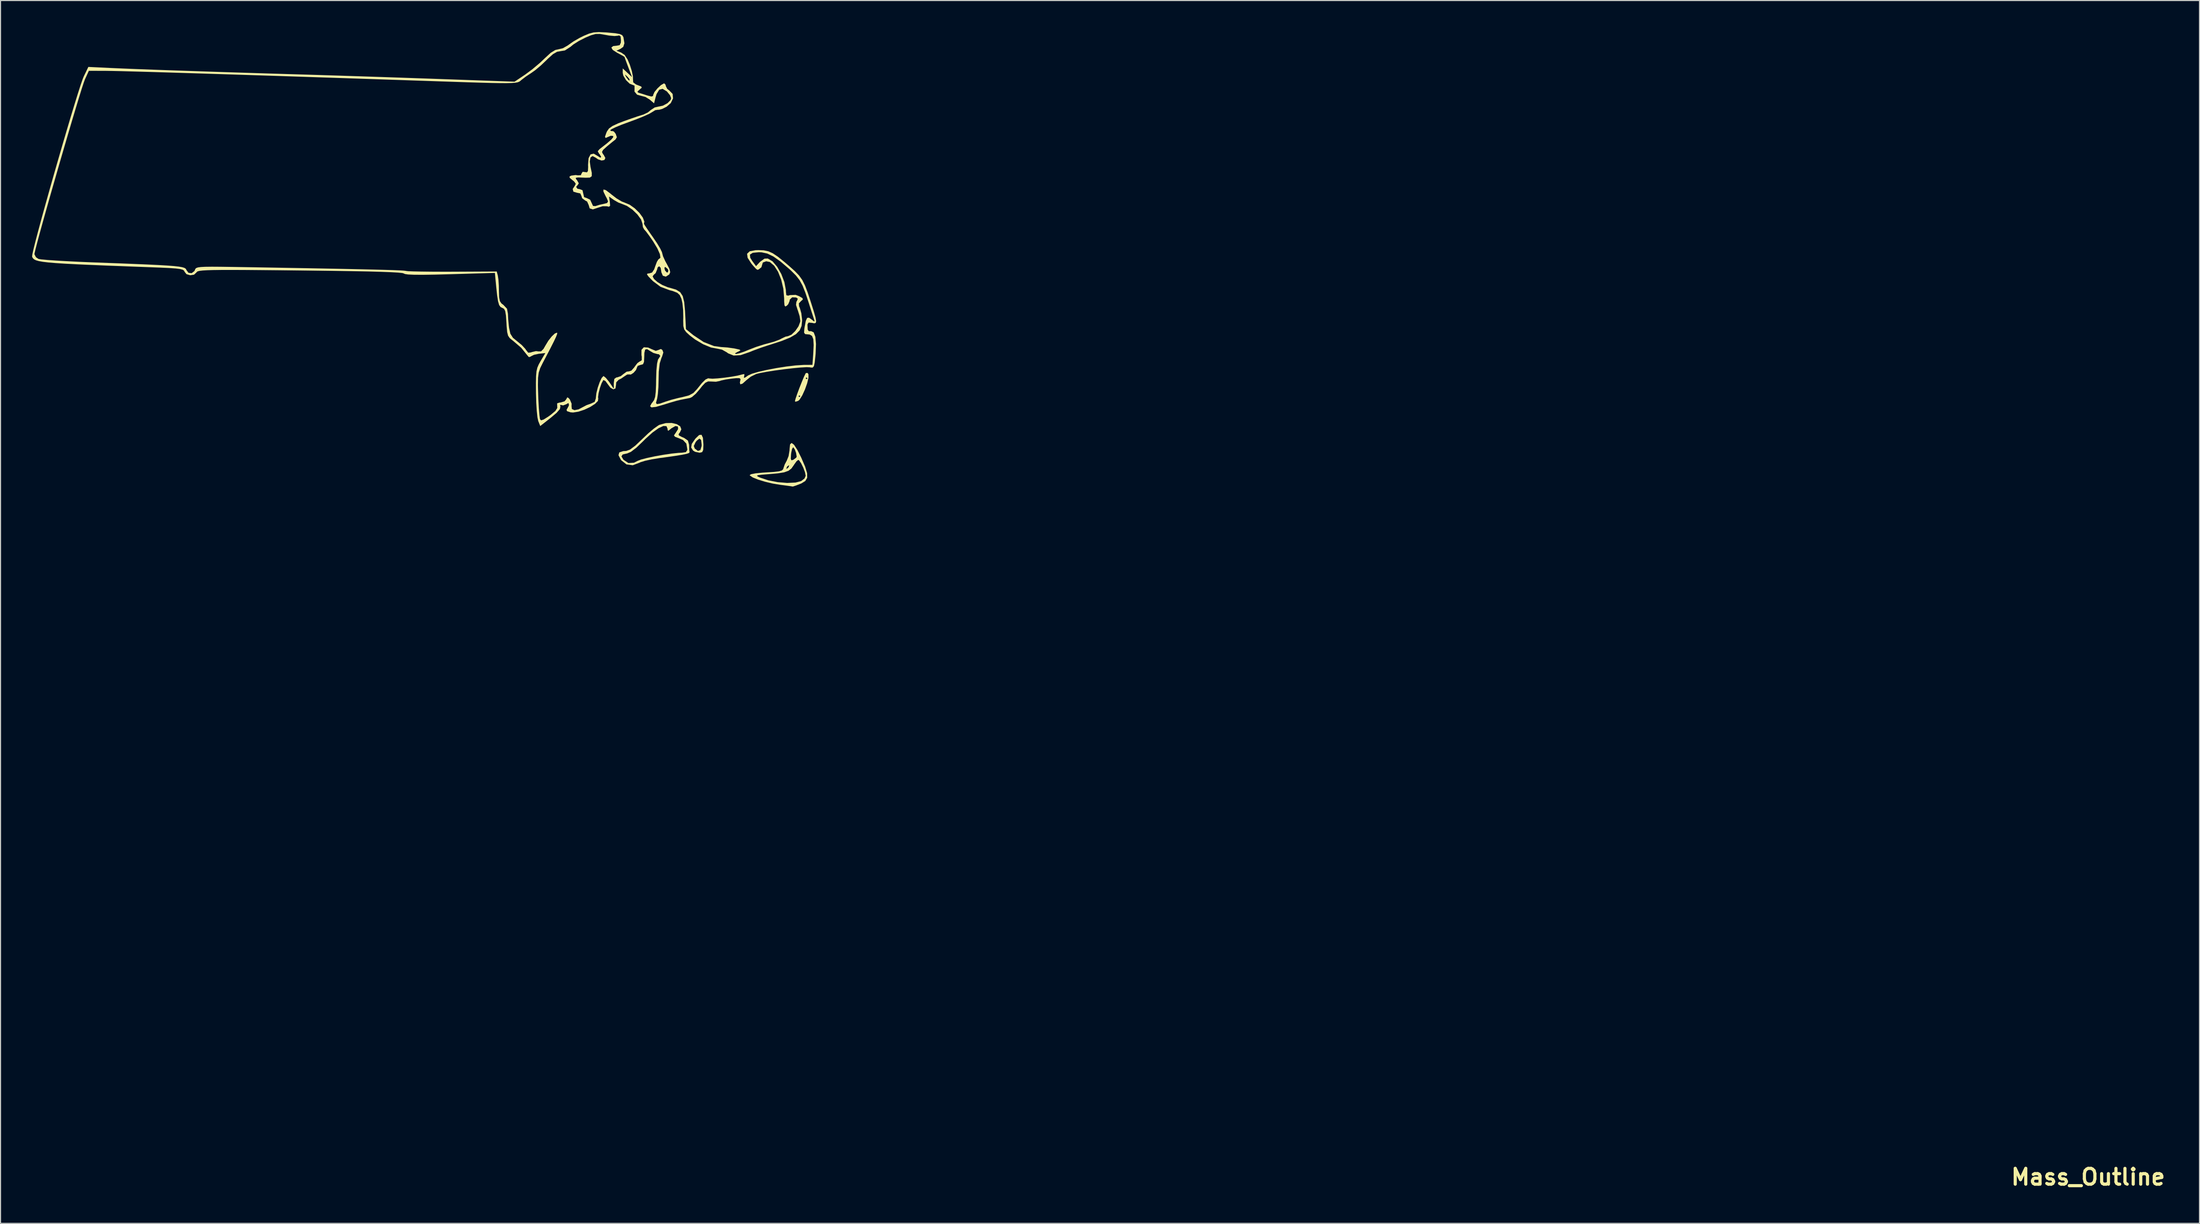
<source format=kicad_pcb>
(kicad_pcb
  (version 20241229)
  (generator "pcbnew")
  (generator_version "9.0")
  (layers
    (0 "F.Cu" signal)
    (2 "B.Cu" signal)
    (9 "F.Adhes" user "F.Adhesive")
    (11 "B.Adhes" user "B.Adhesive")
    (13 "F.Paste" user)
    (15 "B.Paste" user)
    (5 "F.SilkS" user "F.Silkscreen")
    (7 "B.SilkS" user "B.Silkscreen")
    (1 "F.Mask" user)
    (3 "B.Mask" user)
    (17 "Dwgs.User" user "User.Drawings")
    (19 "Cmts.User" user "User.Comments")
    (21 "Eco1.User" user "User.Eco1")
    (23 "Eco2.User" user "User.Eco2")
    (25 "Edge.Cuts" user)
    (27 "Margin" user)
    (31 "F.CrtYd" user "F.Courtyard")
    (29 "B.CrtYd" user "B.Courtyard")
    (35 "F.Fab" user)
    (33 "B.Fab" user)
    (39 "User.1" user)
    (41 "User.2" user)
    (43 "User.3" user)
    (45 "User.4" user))
  (footprint "Mass_Outline"
    (layer "F.Cu")
    (at 195.41 108.864)
    (property "Reference" "Mass_Outline" (at 0 0 0) (layer "F.SilkS") (effects (font (size 1.5 1.5) (thickness 0.3))))
    (attr board_only exclude_from_pos_files exclude_from_bom)
    (fp_poly (pts (xy -131.653 -70.284) (xy -131.606 -69.672) (xy -131.605 -69.594) (xy -131.625 -69.136) (xy -131.723 -68.926) (xy -131.947 -68.87) (xy -131.995 -68.87) (xy -132.396 -68.954) (xy -132.591 -69.074) (xy -132.772 -69.367) (xy -132.747 -69.51) (xy -132.517 -69.51) (xy -132.429 -69.265) (xy -132.125 -69.037) (xy -131.893 -69.124) (xy -131.778 -69.501) (xy -131.773 -69.637) (xy -131.827 -70.086) (xy -131.985 -70.212) (xy -132.241 -70.012) (xy -132.355 -69.862) (xy -132.517 -69.51) (xy -132.747 -69.51) (xy -132.714 -69.705) (xy -132.401 -70.164) (xy -132.345 -70.232) (xy -132.01 -70.553) (xy -131.784 -70.574)) (stroke (width 0) (type solid)) (fill yes) (layer "F.SilkS"))
    (fp_poly (pts (xy -121.622 -76.326) (xy -121.621 -75.989) (xy -121.746 -75.469) (xy -121.957 -74.876) (xy -122.209 -74.324) (xy -122.46 -73.922) (xy -122.593 -73.8) (xy -122.843 -73.717) (xy -122.909 -73.761) (xy -122.848 -74.007) (xy -122.768 -74.24) (xy -122.568 -74.24) (xy -122.483 -74.154) (xy -122.397 -74.24) (xy -122.483 -74.325) (xy -122.568 -74.24) (xy -122.768 -74.24) (xy -122.692 -74.464) (xy -122.479 -75.034) (xy -122.249 -75.614) (xy -122.11 -75.944) (xy -121.886 -75.944) (xy -121.801 -75.859) (xy -121.715 -75.944) (xy -121.801 -76.03) (xy -121.886 -75.944) (xy -122.11 -75.944) (xy -122.042 -76.105) (xy -121.895 -76.404) (xy -121.869 -76.442) (xy -121.703 -76.454)) (stroke (width 0) (type solid)) (fill yes) (layer "F.SilkS"))
    (fp_poly (pts (xy -134.137 -71.586) (xy -133.811 -71.377) (xy -133.703 -71.094) (xy -133.83 -70.817) (xy -133.965 -70.634) (xy -133.934 -70.514) (xy -133.678 -70.377) (xy -133.435 -70.272) (xy -133.079 -70.026) (xy -132.968 -69.632) (xy -132.966 -69.555) (xy -132.954 -69.15) (xy -132.924 -68.918) (xy -132.971 -68.843) (xy -133.19 -68.765) (xy -133.619 -68.674) (xy -134.294 -68.564) (xy -135.254 -68.428) (xy -135.779 -68.357) (xy -136.511 -68.239) (xy -137.15 -68.1) (xy -137.592 -67.963) (xy -137.691 -67.915) (xy -138.325 -67.677) (xy -138.919 -67.758) (xy -139.413 -68.147) (xy -139.457 -68.206) (xy -139.618 -68.517) (xy -139.395 -68.517) (xy -139.211 -68.212) (xy -139.19 -68.189) (xy -138.731 -67.887) (xy -138.203 -67.919) (xy -137.861 -68.093) (xy -137.536 -68.22) (xy -136.962 -68.37) (xy -136.229 -68.525) (xy -135.428 -68.669) (xy -134.648 -68.784) (xy -133.98 -68.855) (xy -133.65 -68.87) (xy -133.272 -68.925) (xy -133.141 -69.125) (xy -133.137 -69.197) (xy -133.228 -69.732) (xy -133.545 -70.074) (xy -133.93 -70.242) (xy -134.306 -70.385) (xy -134.405 -70.515) (xy -134.277 -70.709) (xy -134.256 -70.733) (xy -134.012 -71.12) (xy -134.037 -71.363) (xy -134.269 -71.405) (xy -134.648 -71.19) (xy -134.7 -71.145) (xy -134.932 -70.958) (xy -135.006 -71.009) (xy -135.012 -71.145) (xy -135.119 -71.396) (xy -135.416 -71.408) (xy -135.871 -71.198) (xy -136.449 -70.784) (xy -137.117 -70.182) (xy -137.337 -69.96) (xy -137.979 -69.345) (xy -138.5 -68.948) (xy -138.843 -68.802) (xy -139.279 -68.704) (xy -139.395 -68.517) (xy -139.618 -68.517) (xy -139.677 -68.631) (xy -139.603 -68.898) (xy -139.224 -69.023) (xy -138.945 -69.038) (xy -138.587 -69.164) (xy -138.072 -69.549) (xy -137.416 -70.173) (xy -136.857 -70.705) (xy -136.319 -71.16) (xy -135.888 -71.465) (xy -135.762 -71.53) (xy -135.179 -71.687) (xy -134.615 -71.698)) (stroke (width 0) (type solid)) (fill yes) (layer "F.SilkS"))
    (fp_poly (pts (xy -122.991 -69.621) (xy -122.672 -69.127) (xy -122.308 -68.4) (xy -121.938 -67.542) (xy -121.749 -66.922) (xy -121.742 -66.487) (xy -121.92 -66.182) (xy -122.284 -65.955) (xy -122.401 -65.905) (xy -122.826 -65.743) (xy -123.089 -65.657) (xy -123.125 -65.653) (xy -123.301 -65.684) (xy -123.722 -65.742) (xy -124.272 -65.812) (xy -125.007 -65.934) (xy -125.746 -66.109) (xy -126.408 -66.311) (xy -126.915 -66.516) (xy -127.155 -66.678) (xy -126.523 -66.678) (xy -126.42 -66.595) (xy -126.233 -66.509) (xy -125.442 -66.244) (xy -124.543 -66.07) (xy -123.645 -65.996) (xy -122.856 -66.032) (xy -122.32 -66.17) (xy -122.001 -66.415) (xy -121.886 -66.675) (xy -121.952 -67.013) (xy -122.115 -67.449) (xy -122.319 -67.864) (xy -122.509 -68.139) (xy -122.59 -68.188) (xy -122.755 -68.056) (xy -122.987 -67.734) (xy -123.014 -67.689) (xy -123.241 -67.369) (xy -123.522 -67.15) (xy -123.932 -67.004) (xy -124.54 -66.906) (xy -125.381 -66.832) (xy -126.045 -66.78) (xy -126.412 -66.734) (xy -126.523 -66.678) (xy -127.155 -66.678) (xy -127.186 -66.699) (xy -127.208 -66.739) (xy -127.071 -66.827) (xy -126.646 -66.908) (xy -125.986 -66.974) (xy -125.652 -66.995) (xy -124.891 -67.043) (xy -124.409 -67.102) (xy -124.141 -67.185) (xy -124.024 -67.308) (xy -124.014 -67.347) (xy -123.719 -67.347) (xy -123.696 -67.336) (xy -123.54 -67.456) (xy -123.505 -67.506) (xy -123.462 -67.665) (xy -123.485 -67.677) (xy -123.641 -67.557) (xy -123.676 -67.506) (xy -123.719 -67.347) (xy -124.014 -67.347) (xy -124.004 -67.387) (xy -123.878 -67.758) (xy -123.69 -68.106) (xy -123.613 -68.296) (xy -123.301 -68.296) (xy -123.241 -68.146) (xy -123.064 -68.196) (xy -123.04 -68.209) (xy -122.793 -68.395) (xy -122.741 -68.492) (xy -122.799 -68.845) (xy -122.925 -69.189) (xy -123.061 -69.376) (xy -123.081 -69.381) (xy -123.179 -69.23) (xy -123.261 -68.854) (xy -123.277 -68.715) (xy -123.301 -68.296) (xy -123.613 -68.296) (xy -123.511 -68.551) (xy -123.422 -69.11) (xy -123.42 -69.199) (xy -123.371 -69.661) (xy -123.226 -69.8)) (stroke (width 0) (type solid)) (fill yes) (layer "F.SilkS"))
    (fp_poly (pts (xy -140.866 -108.832) (xy -140.684 -108.818) (xy -139.989 -108.754) (xy -139.562 -108.68) (xy -139.33 -108.573) (xy -139.222 -108.41) (xy -139.204 -108.352) (xy -139.114 -107.801) (xy -139.223 -107.459) (xy -139.487 -107.27) (xy -139.87 -107.092) (xy -139.418 -106.913) (xy -139.093 -106.69) (xy -138.811 -106.258) (xy -138.596 -105.747) (xy -138.409 -105.158) (xy -138.304 -104.645) (xy -138.299 -104.381) (xy -138.277 -104.082) (xy -138.015 -103.884) (xy -137.855 -103.822) (xy -137.516 -103.688) (xy -137.466 -103.574) (xy -137.667 -103.4) (xy -137.876 -103.209) (xy -137.805 -103.108) (xy -137.74 -103.087) (xy -137.404 -102.986) (xy -136.947 -102.839) (xy -136.93 -102.834) (xy -136.55 -102.735) (xy -136.396 -102.788) (xy -136.376 -102.901) (xy -136.257 -103.167) (xy -135.974 -103.512) (xy -135.639 -103.823) (xy -135.361 -103.983) (xy -135.328 -103.987) (xy -135.198 -103.849) (xy -135.183 -103.737) (xy -135.047 -103.466) (xy -134.842 -103.305) (xy -134.532 -102.984) (xy -134.492 -102.558) (xy -134.707 -102.113) (xy -135.098 -101.77) (xy -135.522 -101.555) (xy -135.848 -101.471) (xy -135.907 -101.479) (xy -136.185 -101.437) (xy -136.461 -101.265) (xy -136.756 -101.092) (xy -137.294 -100.847) (xy -137.993 -100.566) (xy -138.635 -100.33) (xy -139.361 -100.062) (xy -139.952 -99.819) (xy -140.341 -99.629) (xy -140.467 -99.526) (xy -140.363 -99.439) (xy -140.305 -99.464) (xy -140.115 -99.411) (xy -139.943 -99.189) (xy -139.831 -98.867) (xy -139.958 -98.655) (xy -139.99 -98.63) (xy -140.274 -98.406) (xy -140.677 -98.074) (xy -140.799 -97.971) (xy -141.139 -97.662) (xy -141.246 -97.463) (xy -141.157 -97.274) (xy -141.084 -97.19) (xy -140.925 -96.891) (xy -141.018 -96.701) (xy -141.279 -96.65) (xy -141.63 -96.766) (xy -141.836 -96.916) (xy -142.139 -97.073) (xy -142.337 -96.941) (xy -142.405 -96.561) (xy -142.337 -96.054) (xy -142.214 -95.476) (xy -142.219 -95.158) (xy -142.398 -95.028) (xy -142.8 -95.015) (xy -143.027 -95.025) (xy -143.521 -95.042) (xy -143.733 -95.009) (xy -143.72 -94.901) (xy -143.612 -94.772) (xy -143.452 -94.485) (xy -143.524 -94.362) (xy -143.702 -94.142) (xy -143.58 -93.968) (xy -143.365 -93.929) (xy -143.098 -93.829) (xy -143.024 -93.503) (xy -142.944 -93.168) (xy -142.686 -93.077) (xy -142.37 -92.923) (xy -142.239 -92.64) (xy -142.097 -92.332) (xy -141.868 -92.317) (xy -141.852 -92.323) (xy -141.474 -92.443) (xy -141.106 -92.523) (xy -140.763 -92.608) (xy -140.669 -92.762) (xy -140.798 -93.076) (xy -140.893 -93.247) (xy -141.111 -93.7) (xy -141.106 -93.898) (xy -140.886 -93.839) (xy -140.459 -93.52) (xy -140.37 -93.443) (xy -139.86 -93.049) (xy -139.361 -92.753) (xy -139.083 -92.646) (xy -138.611 -92.449) (xy -138.124 -92.099) (xy -137.686 -91.668) (xy -137.363 -91.225) (xy -137.218 -90.843) (xy -137.258 -90.647) (xy -137.18 -90.5) (xy -136.944 -90.141) (xy -136.595 -89.635) (xy -136.406 -89.368) (xy -136.009 -88.782) (xy -135.705 -88.275) (xy -135.54 -87.927) (xy -135.523 -87.849) (xy -135.441 -87.544) (xy -135.231 -87.083) (xy -135.084 -86.817) (xy -134.831 -86.337) (xy -134.759 -86.037) (xy -134.849 -85.823) (xy -134.856 -85.815) (xy -135.177 -85.61) (xy -135.465 -85.698) (xy -135.607 -86.035) (xy -135.609 -86.09) (xy -135.668 -86.428) (xy -135.315 -86.428) (xy -135.254 -86.198) (xy -135.09 -86.009) (xy -134.986 -86.018) (xy -134.938 -86.211) (xy -135.028 -86.362) (xy -135.246 -86.541) (xy -135.315 -86.428) (xy -135.668 -86.428) (xy -135.673 -86.455) (xy -135.813 -86.599) (xy -135.955 -86.484) (xy -136.006 -86.29) (xy -136.148 -85.941) (xy -136.314 -85.799) (xy -136.433 -85.637) (xy -136.3 -85.388) (xy -135.975 -85.099) (xy -135.52 -84.821) (xy -134.995 -84.603) (xy -134.759 -84.539) (xy -134.201 -84.375) (xy -133.818 -84.138) (xy -133.573 -83.765) (xy -133.431 -83.191) (xy -133.352 -82.355) (xy -133.34 -82.118) (xy -133.265 -80.62) (xy -132.562 -80.047) (xy -131.583 -79.395) (xy -130.6 -79.011) (xy -129.92 -78.918) (xy -129.318 -78.875) (xy -128.678 -78.784) (xy -128.619 -78.773) (xy -128.2 -78.682) (xy -128.08 -78.611) (xy -128.225 -78.514) (xy -128.364 -78.453) (xy -128.603 -78.316) (xy -128.526 -78.257) (xy -128.513 -78.256) (xy -128.212 -78.316) (xy -127.725 -78.482) (xy -127.32 -78.648) (xy -126.599 -78.927) (xy -125.81 -79.178) (xy -125.466 -79.268) (xy -124.879 -79.432) (xy -124.388 -79.616) (xy -124.192 -79.719) (xy -123.806 -79.904) (xy -123.568 -79.95) (xy -123.239 -80.091) (xy -122.877 -80.44) (xy -122.569 -80.887) (xy -122.406 -81.321) (xy -122.397 -81.418) (xy -122.464 -81.856) (xy -122.626 -82.381) (xy -122.654 -82.451) (xy -122.806 -82.927) (xy -122.768 -83.226) (xy -122.72 -83.296) (xy -122.632 -83.513) (xy -122.796 -83.629) (xy -123.168 -83.645) (xy -123.396 -83.427) (xy -123.42 -83.285) (xy -123.54 -82.996) (xy -123.676 -82.848) (xy -123.823 -82.768) (xy -123.901 -82.881) (xy -123.931 -83.246) (xy -123.934 -83.552) (xy -124.01 -84.461) (xy -124.213 -85.321) (xy -124.513 -86.071) (xy -124.883 -86.65) (xy -125.291 -87) (xy -125.636 -87.072) (xy -125.956 -86.954) (xy -126.011 -86.785) (xy -126.094 -86.505) (xy -126.355 -86.291) (xy -126.489 -86.26) (xy -126.636 -86.38) (xy -126.91 -86.684) (xy -127.053 -86.858) (xy -127.404 -87.401) (xy -127.457 -87.785) (xy -127.204 -88.023) (xy -126.64 -88.126) (xy -126.386 -88.133) (xy -125.875 -88.112) (xy -125.44 -88.023) (xy -125.011 -87.831) (xy -124.516 -87.498) (xy -123.885 -86.988) (xy -123.451 -86.616) (xy -122.913 -86.135) (xy -122.514 -85.719) (xy -122.207 -85.289) (xy -121.947 -84.767) (xy -121.685 -84.073) (xy -121.38 -83.148) (xy -121.112 -82.298) (xy -120.95 -81.723) (xy -120.891 -81.376) (xy -120.933 -81.209) (xy -121.074 -81.172) (xy -121.289 -81.214) (xy -121.606 -81.245) (xy -121.711 -81.076) (xy -121.715 -80.976) (xy -121.694 -80.574) (xy -121.592 -80.422) (xy -121.369 -80.426) (xy -121.125 -80.314) (xy -120.969 -79.901) (xy -120.906 -79.214) (xy -120.941 -78.284) (xy -120.961 -78.068) (xy -121.028 -77.452) (xy -121.1 -77.107) (xy -121.208 -76.968) (xy -121.385 -76.965) (xy -121.48 -76.988) (xy -121.801 -77.002) (xy -122.378 -76.969) (xy -123.128 -76.898) (xy -123.972 -76.799) (xy -124.829 -76.683) (xy -125.617 -76.558) (xy -126.257 -76.437) (xy -126.591 -76.353) (xy -127.097 -76.104) (xy -127.516 -75.769) (xy -127.879 -75.442) (xy -128.098 -75.368) (xy -128.143 -75.55) (xy -128.11 -75.682) (xy -128.076 -75.871) (xy -128.181 -75.956) (xy -128.496 -75.956) (xy -128.908 -75.914) (xy -129.471 -75.833) (xy -129.916 -75.738) (xy -130.068 -75.685) (xy -130.416 -75.618) (xy -130.837 -75.637) (xy -131.158 -75.647) (xy -131.424 -75.522) (xy -131.729 -75.2) (xy -131.938 -74.929) (xy -132.32 -74.484) (xy -132.684 -74.169) (xy -132.875 -74.074) (xy -133.303 -73.991) (xy -133.734 -73.908) (xy -134.159 -73.805) (xy -134.77 -73.629) (xy -135.388 -73.435) (xy -136.112 -73.227) (xy -136.539 -73.178) (xy -136.676 -73.289) (xy -136.53 -73.562) (xy -136.446 -73.66) (xy -136.294 -73.879) (xy -136.195 -74.181) (xy -136.138 -74.641) (xy -136.109 -75.331) (xy -136.103 -75.801) (xy -136.075 -76.674) (xy -136.015 -77.329) (xy -135.928 -77.713) (xy -135.889 -77.777) (xy -135.705 -78.065) (xy -135.825 -78.227) (xy -135.992 -78.251) (xy -136.361 -78.355) (xy -136.622 -78.507) (xy -136.956 -78.715) (xy -137.142 -78.677) (xy -137.218 -78.357) (xy -137.228 -77.99) (xy -137.25 -77.511) (xy -137.343 -77.284) (xy -137.545 -77.223) (xy -137.569 -77.223) (xy -137.846 -77.127) (xy -137.91 -76.994) (xy -138.014 -76.729) (xy -138.249 -76.463) (xy -138.505 -76.3) (xy -138.647 -76.312) (xy -138.846 -76.305) (xy -139.06 -76.168) (xy -139.435 -75.911) (xy -139.656 -75.805) (xy -139.89 -75.562) (xy -139.912 -75.318) (xy -139.963 -74.981) (xy -140.165 -74.895) (xy -140.445 -75.052) (xy -140.688 -75.372) (xy -140.916 -75.684) (xy -141.098 -75.777) (xy -141.127 -75.758) (xy -141.287 -75.463) (xy -141.446 -75.01) (xy -141.569 -74.528) (xy -141.62 -74.15) (xy -141.6 -74.025) (xy -141.63 -73.79) (xy -141.911 -73.508) (xy -142.366 -73.218) (xy -142.918 -72.959) (xy -143.487 -72.77) (xy -143.996 -72.69) (xy -144.232 -72.709) (xy -144.577 -72.824) (xy -144.614 -72.967) (xy -144.575 -73.012) (xy -144.404 -73.329) (xy -144.388 -73.442) (xy -144.438 -73.594) (xy -144.636 -73.479) (xy -144.94 -73.364) (xy -145.091 -73.401) (xy -145.228 -73.418) (xy -145.196 -73.261) (xy -145.246 -73.019) (xy -145.559 -72.66) (xy -146.104 -72.199) (xy -147.115 -71.404) (xy -147.306 -71.884) (xy -147.381 -72.235) (xy -147.445 -72.843) (xy -147.494 -73.627) (xy -147.519 -74.502) (xy -147.52 -74.581) (xy -147.525 -75.498) (xy -147.512 -76.15) (xy -147.471 -76.612) (xy -147.389 -76.959) (xy -147.257 -77.266) (xy -147.087 -77.571) (xy -146.632 -78.344) (xy -147.257 -78.273) (xy -147.706 -78.178) (xy -147.996 -78.036) (xy -148.019 -78.011) (xy -148.191 -77.955) (xy -148.36 -78.15) (xy -148.923 -78.846) (xy -149.721 -79.529) (xy -149.754 -79.552) (xy -150.013 -79.763) (xy -150.171 -79.995) (xy -150.259 -80.342) (xy -150.309 -80.897) (xy -150.327 -81.233) (xy -150.375 -81.92) (xy -150.445 -82.336) (xy -150.556 -82.551) (xy -150.701 -82.63) (xy -150.886 -82.719) (xy -151.022 -82.913) (xy -151.126 -83.271) (xy -151.215 -83.853) (xy -151.305 -84.704) (xy -151.426 -85.964) (xy -155.687 -85.84) (xy -157.137 -85.803) (xy -158.27 -85.787) (xy -159.107 -85.791) (xy -159.671 -85.816) (xy -159.984 -85.862) (xy -160.065 -85.906) (xy -160.218 -85.952) (xy -160.628 -85.994) (xy -161.306 -86.033) (xy -162.263 -86.069) (xy -163.51 -86.102) (xy -165.06 -86.132) (xy -166.923 -86.161) (xy -169.113 -86.187) (xy -169.926 -86.196) (xy -172.005 -86.217) (xy -173.768 -86.232) (xy -175.243 -86.243) (xy -176.454 -86.247) (xy -177.428 -86.245) (xy -178.191 -86.236) (xy -178.768 -86.219) (xy -179.186 -86.195) (xy -179.47 -86.163) (xy -179.646 -86.122) (xy -179.741 -86.072) (xy -179.777 -86.021) (xy -180.013 -85.799) (xy -180.385 -85.743) (xy -180.739 -85.847) (xy -180.912 -86.067) (xy -180.967 -86.181) (xy -181.094 -86.268) (xy -181.339 -86.334) (xy -181.75 -86.386) (xy -182.373 -86.429) (xy -183.254 -86.47) (xy -184.129 -86.503) (xy -186.343 -86.586) (xy -188.241 -86.659) (xy -189.848 -86.725) (xy -191.189 -86.785) (xy -192.289 -86.843) (xy -193.172 -86.9) (xy -193.865 -86.959) (xy -194.39 -87.021) (xy -194.774 -87.09) (xy -195.042 -87.166) (xy -195.217 -87.253) (xy -195.326 -87.353) (xy -195.393 -87.468) (xy -195.41 -87.511) (xy -195.386 -87.727) (xy -195.382 -87.745) (xy -195.187 -87.745) (xy -195.045 -87.458) (xy -194.795 -87.293) (xy -194.528 -87.249) (xy -193.968 -87.197) (xy -193.159 -87.14) (xy -192.15 -87.082) (xy -190.985 -87.024) (xy -189.713 -86.97) (xy -189.382 -86.958) (xy -187.454 -86.886) (xy -185.84 -86.823) (xy -184.509 -86.767) (xy -183.436 -86.716) (xy -182.591 -86.667) (xy -181.947 -86.618) (xy -181.476 -86.566) (xy -181.15 -86.51) (xy -180.94 -86.446) (xy -180.819 -86.373) (xy -180.759 -86.289) (xy -180.743 -86.24) (xy -180.544 -85.974) (xy -180.243 -85.942) (xy -179.983 -86.141) (xy -179.932 -86.255) (xy -179.889 -86.354) (xy -179.808 -86.43) (xy -179.648 -86.487) (xy -179.373 -86.525) (xy -178.945 -86.547) (xy -178.326 -86.554) (xy -177.477 -86.549) (xy -176.362 -86.534) (xy -175.019 -86.512) (xy -172.244 -86.465) (xy -169.794 -86.422) (xy -167.655 -86.382) (xy -165.811 -86.346) (xy -164.247 -86.313) (xy -162.949 -86.283) (xy -161.9 -86.255) (xy -161.086 -86.23) (xy -160.491 -86.206) (xy -160.101 -86.183) (xy -159.899 -86.161) (xy -159.866 -86.151) (xy -159.664 -86.128) (xy -159.168 -86.109) (xy -158.428 -86.094) (xy -157.489 -86.084) (xy -156.401 -86.08) (xy -155.488 -86.081) (xy -151.249 -86.098) (xy -151.145 -85.709) (xy -151.089 -85.331) (xy -151.05 -84.755) (xy -151.039 -84.259) (xy -151.022 -83.655) (xy -150.952 -83.29) (xy -150.798 -83.06) (xy -150.61 -82.918) (xy -150.273 -82.56) (xy -150.184 -82.085) (xy -150.16 -81.562) (xy -150.099 -80.928) (xy -150.075 -80.735) (xy -149.952 -80.18) (xy -149.711 -79.799) (xy -149.316 -79.475) (xy -148.873 -79.111) (xy -148.535 -78.746) (xy -148.463 -78.637) (xy -148.254 -78.378) (xy -147.996 -78.403) (xy -147.936 -78.433) (xy -147.521 -78.53) (xy -147.287 -78.502) (xy -147.034 -78.506) (xy -146.803 -78.742) (xy -146.63 -79.046) (xy -146.347 -79.514) (xy -146.022 -79.925) (xy -145.725 -80.206) (xy -145.523 -80.283) (xy -145.503 -80.27) (xy -145.506 -80.163) (xy -145.605 -79.9) (xy -145.817 -79.45) (xy -146.156 -78.779) (xy -146.639 -77.854) (xy -146.872 -77.412) (xy -147.116 -76.916) (xy -147.258 -76.482) (xy -147.323 -75.993) (xy -147.334 -75.325) (xy -147.329 -75.026) (xy -147.298 -74.033) (xy -147.249 -73.136) (xy -147.189 -72.424) (xy -147.139 -72.066) (xy -147.041 -71.95) (xy -146.795 -72.022) (xy -146.357 -72.298) (xy -146.121 -72.468) (xy -145.676 -72.84) (xy -145.494 -73.127) (xy -145.502 -73.321) (xy -145.511 -73.563) (xy -145.272 -73.641) (xy -145.185 -73.643) (xy -144.805 -73.756) (xy -144.65 -73.941) (xy -144.544 -74.137) (xy -144.411 -74.064) (xy -144.29 -73.908) (xy -144.133 -73.533) (xy -144.139 -73.282) (xy -144.108 -73.019) (xy -143.857 -72.917) (xy -143.472 -72.992) (xy -143.195 -73.138) (xy -142.705 -73.395) (xy -142.3 -73.536) (xy -141.942 -73.705) (xy -141.832 -74.034) (xy -141.831 -74.083) (xy -141.779 -74.534) (xy -141.647 -75.062) (xy -141.47 -75.572) (xy -141.282 -75.967) (xy -141.119 -76.15) (xy -141.084 -76.151) (xy -140.873 -75.979) (xy -140.586 -75.631) (xy -140.51 -75.522) (xy -140.126 -74.956) (xy -140.126 -75.493) (xy -140.074 -75.884) (xy -139.887 -76.024) (xy -139.812 -76.03) (xy -139.461 -76.149) (xy -139.199 -76.359) (xy -138.899 -76.577) (xy -138.678 -76.603) (xy -138.449 -76.677) (xy -138.182 -76.981) (xy -138.146 -77.04) (xy -137.881 -77.39) (xy -137.638 -77.56) (xy -137.61 -77.564) (xy -137.468 -77.663) (xy -137.468 -78) (xy -137.495 -78.159) (xy -137.492 -78.653) (xy -137.27 -78.895) (xy -136.858 -78.868) (xy -136.534 -78.719) (xy -136.137 -78.555) (xy -135.887 -78.632) (xy -135.881 -78.638) (xy -135.645 -78.732) (xy -135.504 -78.635) (xy -135.415 -78.396) (xy -135.537 -78.001) (xy -135.589 -77.893) (xy -135.758 -77.359) (xy -135.847 -76.574) (xy -135.864 -75.844) (xy -135.883 -75.108) (xy -135.933 -74.456) (xy -136.004 -73.999) (xy -136.031 -73.91) (xy -136.114 -73.612) (xy -136.035 -73.492) (xy -135.742 -73.537) (xy -135.229 -73.718) (xy -134.681 -73.894) (xy -133.996 -74.072) (xy -133.619 -74.153) (xy -132.988 -74.316) (xy -132.566 -74.543) (xy -132.221 -74.908) (xy -132.215 -74.916) (xy -131.747 -75.497) (xy -131.41 -75.827) (xy -131.159 -75.945) (xy -131.019 -75.926) (xy -130.742 -75.906) (xy -130.234 -75.937) (xy -129.598 -76.005) (xy -128.938 -76.097) (xy -128.357 -76.2) (xy -127.959 -76.301) (xy -127.937 -76.309) (xy -127.713 -76.348) (xy -127.725 -76.162) (xy -127.733 -76.143) (xy -127.762 -75.985) (xy -127.621 -76.03) (xy -127.362 -76.212) (xy -126.999 -76.378) (xy -126.374 -76.561) (xy -125.567 -76.746) (xy -124.656 -76.919) (xy -123.718 -77.065) (xy -122.832 -77.17) (xy -122.077 -77.219) (xy -121.949 -77.221) (xy -121.245 -77.223) (xy -121.169 -78.276) (xy -121.129 -79.107) (xy -121.161 -79.654) (xy -121.281 -79.969) (xy -121.502 -80.104) (xy -121.672 -80.121) (xy -121.937 -80.146) (xy -122.039 -80.283) (xy -122.018 -80.626) (xy -121.987 -80.829) (xy -121.874 -81.408) (xy -121.747 -81.688) (xy -121.568 -81.709) (xy -121.329 -81.538) (xy -121.089 -81.351) (xy -121.043 -81.401) (xy -121.073 -81.497) (xy -121.167 -81.776) (xy -121.332 -82.286) (xy -121.539 -82.934) (xy -121.613 -83.167) (xy -121.916 -84.085) (xy -122.184 -84.759) (xy -122.467 -85.275) (xy -122.814 -85.72) (xy -123.275 -86.18) (xy -123.456 -86.344) (xy -124.282 -87.05) (xy -124.954 -87.526) (xy -125.534 -87.806) (xy -126.083 -87.923) (xy -126.341 -87.932) (xy -126.918 -87.875) (xy -127.183 -87.707) (xy -127.153 -87.405) (xy -126.957 -87.088) (xy -126.603 -86.609) (xy -126.223 -87.019) (xy -125.802 -87.323) (xy -125.482 -87.334) (xy -125.035 -87.066) (xy -124.593 -86.546) (xy -124.203 -85.862) (xy -123.912 -85.1) (xy -123.769 -84.348) (xy -123.761 -84.155) (xy -123.723 -83.845) (xy -123.547 -83.801) (xy -123.378 -83.856) (xy -122.838 -83.879) (xy -122.51 -83.753) (xy -122.194 -83.57) (xy -122.155 -83.438) (xy -122.332 -83.281) (xy -122.533 -83.069) (xy -122.513 -82.797) (xy -122.433 -82.603) (xy -122.3 -82.136) (xy -122.23 -81.551) (xy -122.227 -81.421) (xy -122.278 -80.916) (xy -122.457 -80.501) (xy -122.806 -80.145) (xy -123.365 -79.818) (xy -124.175 -79.49) (xy -125.276 -79.132) (xy -125.381 -79.101) (xy -126.105 -78.863) (xy -126.848 -78.589) (xy -127.227 -78.434) (xy -128.07 -78.146) (xy -128.733 -78.108) (xy -129.264 -78.321) (xy -129.387 -78.416) (xy -129.839 -78.669) (xy -130.267 -78.757) (xy -130.885 -78.872) (xy -131.63 -79.181) (xy -132.395 -79.633) (xy -132.902 -80.021) (xy -133.241 -80.33) (xy -133.432 -80.591) (xy -133.514 -80.916) (xy -133.527 -81.416) (xy -133.52 -81.757) (xy -133.535 -82.456) (xy -133.605 -83.104) (xy -133.698 -83.513) (xy -133.859 -83.86) (xy -134.098 -84.079) (xy -134.52 -84.242) (xy -134.842 -84.328) (xy -135.684 -84.644) (xy -136.389 -85.173) (xy -136.459 -85.241) (xy -136.828 -85.622) (xy -136.972 -85.826) (xy -136.914 -85.906) (xy -136.764 -85.917) (xy -136.486 -86.001) (xy -136.287 -86.305) (xy -136.185 -86.599) (xy -136.028 -87.02) (xy -135.879 -87.26) (xy -135.837 -87.281) (xy -135.692 -87.407) (xy -135.746 -87.758) (xy -135.983 -88.293) (xy -136.388 -88.964) (xy -136.749 -89.485) (xy -137.05 -89.889) (xy -137.231 -90.094) (xy -137.241 -90.101) (xy -137.36 -90.328) (xy -137.399 -90.641) (xy -137.535 -91.049) (xy -137.885 -91.526) (xy -138.361 -91.985) (xy -138.876 -92.336) (xy -139.204 -92.469) (xy -139.701 -92.661) (xy -140.127 -92.907) (xy -140.575 -93.226) (xy -140.499 -92.707) (xy -140.473 -92.355) (xy -140.58 -92.256) (xy -140.777 -92.3) (xy -141.18 -92.306) (xy -141.609 -92.171) (xy -142.111 -92.004) (xy -142.417 -92.101) (xy -142.513 -92.425) (xy -142.66 -92.751) (xy -142.854 -92.857) (xy -143.132 -93.065) (xy -143.195 -93.267) (xy -143.306 -93.522) (xy -143.621 -93.588) (xy -143.965 -93.688) (xy -144.029 -93.944) (xy -143.834 -94.245) (xy -143.737 -94.439) (xy -143.894 -94.658) (xy -144.046 -94.78) (xy -144.318 -95.01) (xy -144.328 -95.136) (xy -144.171 -95.216) (xy -143.753 -95.272) (xy -143.533 -95.243) (xy -143.25 -95.258) (xy -143.195 -95.405) (xy -143.083 -95.579) (xy -142.868 -95.553) (xy -142.671 -95.527) (xy -142.58 -95.663) (xy -142.564 -96.038) (xy -142.57 -96.243) (xy -142.52 -96.873) (xy -142.333 -97.235) (xy -142.032 -97.306) (xy -141.67 -97.092) (xy -141.402 -96.921) (xy -141.319 -96.992) (xy -141.463 -97.24) (xy -141.533 -97.316) (xy -141.649 -97.533) (xy -141.48 -97.733) (xy -140.803 -98.261) (xy -140.38 -98.626) (xy -140.184 -98.859) (xy -140.182 -98.985) (xy -140.409 -99.008) (xy -140.645 -98.907) (xy -140.902 -98.794) (xy -140.961 -98.914) (xy -140.83 -99.291) (xy -140.765 -99.433) (xy -140.579 -99.698) (xy -140.244 -99.938) (xy -139.694 -100.193) (xy -139.146 -100.401) (xy -138.455 -100.647) (xy -137.842 -100.856) (xy -137.411 -100.992) (xy -137.326 -101.015) (xy -136.88 -101.227) (xy -136.618 -101.445) (xy -136.234 -101.699) (xy -135.917 -101.77) (xy -135.458 -101.866) (xy -135.022 -102.102) (xy -134.729 -102.401) (xy -134.671 -102.58) (xy -134.788 -102.868) (xy -135.071 -103.21) (xy -135.088 -103.226) (xy -135.487 -103.468) (xy -135.809 -103.383) (xy -136.06 -102.966) (xy -136.155 -102.654) (xy -136.296 -102.088) (xy -136.703 -102.44) (xy -137.114 -102.695) (xy -137.489 -102.793) (xy -137.913 -102.912) (xy -138.156 -103.206) (xy -138.15 -103.539) (xy -138.155 -103.775) (xy -138.264 -103.816) (xy -138.615 -103.957) (xy -138.967 -104.299) (xy -139.217 -104.72) (xy -139.239 -104.821) (xy -139.044 -104.821) (xy -139.039 -104.759) (xy -138.916 -104.548) (xy -138.722 -104.297) (xy -138.609 -104.254) (xy -138.653 -104.416) (xy -138.834 -104.63) (xy -139.044 -104.821) (xy -139.239 -104.821) (xy -139.274 -104.984) (xy -139.274 -105.41) (xy -138.833 -104.996) (xy -138.392 -104.583) (xy -138.747 -105.521) (xy -138.937 -106.028) (xy -139.067 -106.384) (xy -139.103 -106.498) (xy -139.24 -106.591) (xy -139.586 -106.781) (xy -139.791 -106.888) (xy -140.228 -107.169) (xy -140.358 -107.394) (xy -140.18 -107.534) (xy -139.86 -107.566) (xy -139.566 -107.621) (xy -139.456 -107.852) (xy -139.444 -108.096) (xy -139.48 -108.456) (xy -139.617 -108.547) (xy -139.729 -108.516) (xy -140.051 -108.488) (xy -140.565 -108.533) (xy -140.919 -108.595) (xy -141.447 -108.686) (xy -141.855 -108.681) (xy -142.288 -108.56) (xy -142.836 -108.328) (xy -143.436 -108.022) (xy -143.959 -107.692) (xy -144.234 -107.464) (xy -144.77 -107.117) (xy -145.149 -107.055) (xy -145.515 -106.991) (xy -145.901 -106.767) (xy -146.389 -106.329) (xy -146.525 -106.193) (xy -147.052 -105.692) (xy -147.586 -105.243) (xy -147.968 -104.972) (xy -148.464 -104.645) (xy -148.899 -104.313) (xy -148.947 -104.271) (xy -149.038 -104.194) (xy -149.144 -104.131) (xy -149.294 -104.081) (xy -149.516 -104.044) (xy -149.84 -104.02) (xy -150.295 -104.009) (xy -150.909 -104.01) (xy -151.712 -104.024) (xy -152.733 -104.051) (xy -154 -104.089) (xy -155.543 -104.14) (xy -157.39 -104.202) (xy -157.897 -104.219) (xy -161.815 -104.351) (xy -165.506 -104.475) (xy -168.959 -104.589) (xy -172.165 -104.695) (xy -175.116 -104.79) (xy -177.801 -104.876) (xy -180.212 -104.952) (xy -182.34 -105.017) (xy -184.175 -105.072) (xy -185.707 -105.115) (xy -186.928 -105.148) (xy -187.829 -105.168) (xy -188.4 -105.177) (xy -188.468 -105.178) (xy -190.016 -105.18) (xy -190.386 -104.37) (xy -190.5 -104.06) (xy -190.693 -103.47) (xy -190.951 -102.639) (xy -191.264 -101.608) (xy -191.621 -100.414) (xy -192.01 -99.098) (xy -192.419 -97.699) (xy -192.839 -96.255) (xy -193.256 -94.806) (xy -193.661 -93.392) (xy -194.041 -92.051) (xy -194.385 -90.822) (xy -194.682 -89.746) (xy -194.92 -88.861) (xy -195.089 -88.206) (xy -195.177 -87.821) (xy -195.187 -87.745) (xy -195.382 -87.745) (xy -195.274 -88.232) (xy -195.085 -88.987) (xy -194.831 -89.955) (xy -194.522 -91.098) (xy -194.168 -92.379) (xy -193.782 -93.758) (xy -193.374 -95.199) (xy -192.954 -96.663) (xy -192.533 -98.113) (xy -192.123 -99.51) (xy -191.734 -100.818) (xy -191.376 -101.997) (xy -191.062 -103.01) (xy -190.801 -103.82) (xy -190.605 -104.388) (xy -190.503 -104.641) (xy -190.063 -105.551) (xy -187.895 -105.448) (xy -186.853 -105.402) (xy -185.503 -105.348) (xy -183.881 -105.287) (xy -182.02 -105.221) (xy -179.954 -105.151) (xy -177.717 -105.077) (xy -175.343 -105.001) (xy -172.865 -104.924) (xy -170.318 -104.848) (xy -169.873 -104.835) (xy -168.272 -104.787) (xy -166.417 -104.729) (xy -164.396 -104.664) (xy -162.297 -104.595) (xy -160.207 -104.525) (xy -158.213 -104.456) (xy -156.731 -104.404) (xy -149.554 -104.148) (xy -148.548 -104.823) (xy -147.863 -105.331) (xy -147.142 -105.939) (xy -146.696 -106.362) (xy -146.123 -106.891) (xy -145.678 -107.165) (xy -145.388 -107.226) (xy -144.951 -107.334) (xy -144.482 -107.602) (xy -144.416 -107.654) (xy -143.965 -107.971) (xy -143.364 -108.317) (xy -142.987 -108.504) (xy -142.478 -108.717) (xy -142.04 -108.831) (xy -141.545 -108.864)) (stroke (width 0) (type solid)) (fill yes) (layer "F.SilkS")))
  (gr_rect
    (start -3 -3)
    (end 205.996 113.268)
    (stroke (width 0.1) (type default))
    (fill no)
    (layer "Edge.Cuts")))
</source>
